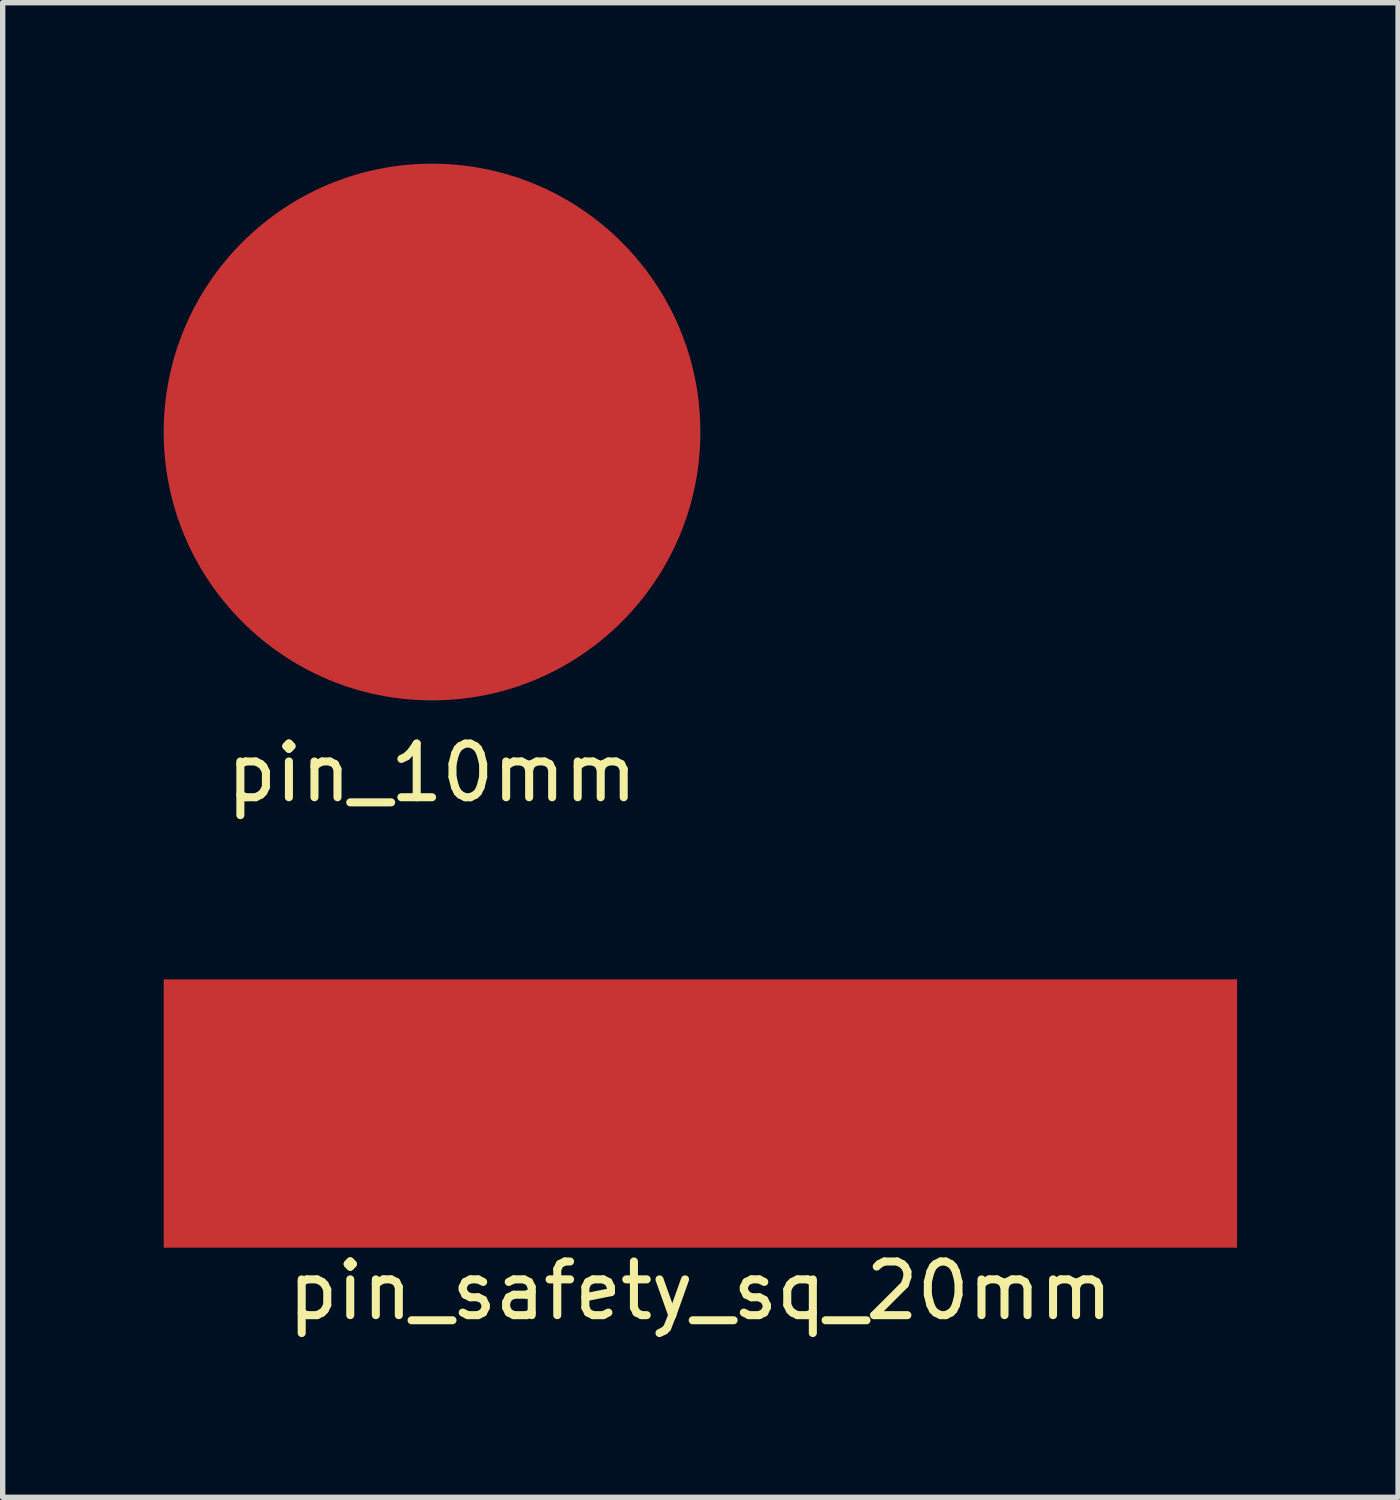
<source format=kicad_pcb>
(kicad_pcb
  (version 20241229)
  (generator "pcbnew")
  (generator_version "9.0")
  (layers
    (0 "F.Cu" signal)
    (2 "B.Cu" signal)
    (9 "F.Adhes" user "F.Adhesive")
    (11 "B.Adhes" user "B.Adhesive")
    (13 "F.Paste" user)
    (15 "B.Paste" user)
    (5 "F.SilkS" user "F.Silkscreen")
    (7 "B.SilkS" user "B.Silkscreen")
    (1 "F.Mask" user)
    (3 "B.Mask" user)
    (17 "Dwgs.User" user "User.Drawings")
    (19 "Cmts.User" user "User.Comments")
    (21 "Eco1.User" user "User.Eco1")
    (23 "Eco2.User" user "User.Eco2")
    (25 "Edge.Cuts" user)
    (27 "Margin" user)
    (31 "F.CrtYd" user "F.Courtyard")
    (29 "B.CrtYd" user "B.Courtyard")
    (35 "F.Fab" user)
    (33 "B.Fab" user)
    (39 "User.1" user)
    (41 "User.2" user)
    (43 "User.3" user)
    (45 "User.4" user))
  (footprint "pin_safety_sq_20mm"
    (layer "F.Cu")
    (at 10 17.698)
    (property "Reference" "pin_safety_sq_20mm" (at 0 3.302 0) (layer "F.SilkS") (effects (font (size 1 1) (thickness 0.15))))
    (attr through_hole)
    (pad "PIN" smd rect (at 0 0) (size 20 5) (layers "F.Cu" "F.Mask" "F.Paste")))
  (footprint "pin_10mm"
    (layer "F.Cu")
    (at 5 5)
    (property "Reference" "pin_10mm" (at 0 6.35 0) (layer "F.SilkS") (effects (font (size 1 1) (thickness 0.15))))
    (attr through_hole)
    (pad "PIN" smd circle (at 0 0) (size 10 10) (layers "F.Cu" "F.Mask" "F.Paste")))
  (gr_rect
    (start -3 -3)
    (end 23 24.849)
    (stroke (width 0.1) (type default))
    (fill no)
    (layer "Edge.Cuts")))
</source>
